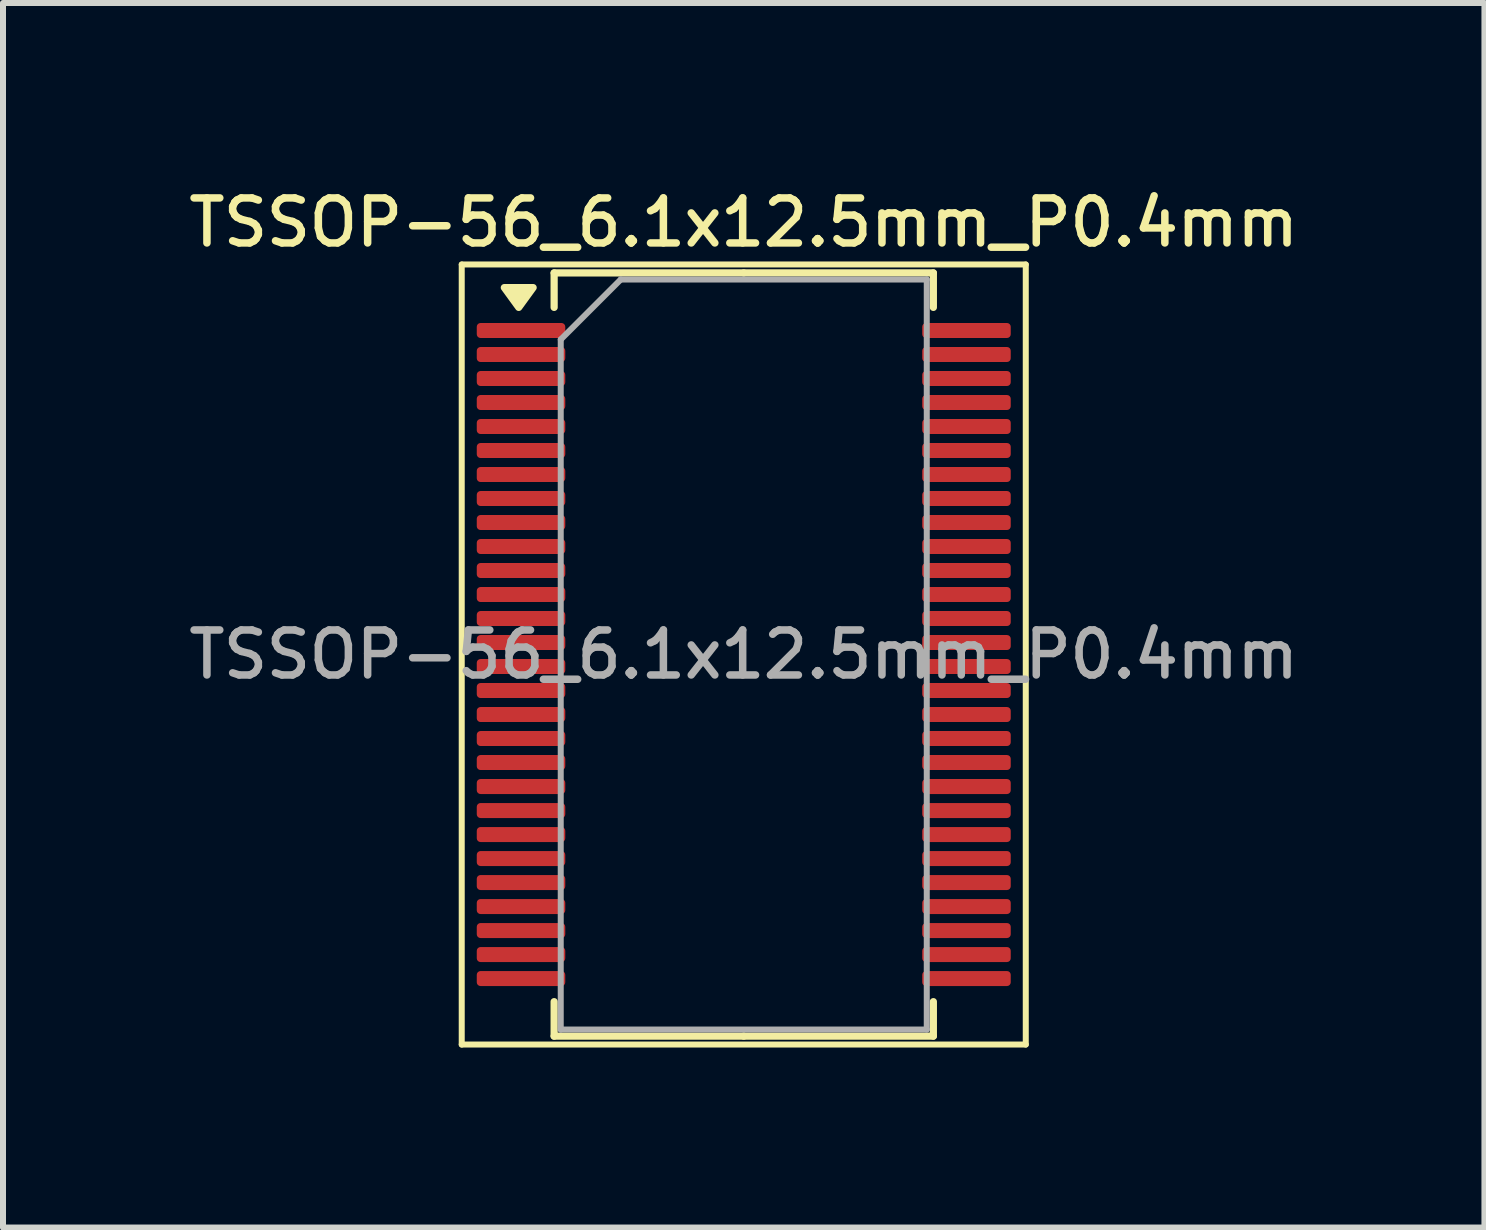
<source format=kicad_pcb>
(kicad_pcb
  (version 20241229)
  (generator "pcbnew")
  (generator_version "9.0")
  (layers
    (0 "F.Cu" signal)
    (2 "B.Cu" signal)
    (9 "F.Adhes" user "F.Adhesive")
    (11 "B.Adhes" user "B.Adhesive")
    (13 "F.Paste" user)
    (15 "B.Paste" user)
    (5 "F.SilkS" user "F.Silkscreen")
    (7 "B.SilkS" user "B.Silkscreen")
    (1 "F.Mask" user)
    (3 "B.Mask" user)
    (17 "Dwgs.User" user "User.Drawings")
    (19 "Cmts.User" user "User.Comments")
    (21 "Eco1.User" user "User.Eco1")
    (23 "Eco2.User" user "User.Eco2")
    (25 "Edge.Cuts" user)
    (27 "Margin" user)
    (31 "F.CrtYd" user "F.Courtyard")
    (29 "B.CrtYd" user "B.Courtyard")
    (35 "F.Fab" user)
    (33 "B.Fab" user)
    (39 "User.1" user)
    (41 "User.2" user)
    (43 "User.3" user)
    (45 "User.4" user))
  (footprint "TSSOP-56_6.1x12.5mm_P0.4mm"
    (layer "F.Cu")
    (at 9.345 7.858)
    (property "Reference" "TSSOP-56_6.1x12.5mm_P0.4mm" (at 0 -7.2 0) (layer "F.SilkS") (effects (font (size 0.75 0.75) (thickness 0.125))))
    (attr smd)
    (fp_line (start -4.7 -6.5) (end -4.7 6.5) (stroke (width 0.1) (type solid)) (layer "F.SilkS"))
    (fp_line (start -4.7 6.5) (end 4.7 6.5) (stroke (width 0.1) (type solid)) (layer "F.SilkS"))
    (fp_line (start -3.16 -6.36) (end -3.16 -5.785) (stroke (width 0.12) (type solid)) (layer "F.SilkS"))
    (fp_line (start -3.16 6.36) (end -3.16 5.785) (stroke (width 0.12) (type solid)) (layer "F.SilkS"))
    (fp_line (start 0 -6.36) (end -3.16 -6.36) (stroke (width 0.12) (type solid)) (layer "F.SilkS"))
    (fp_line (start 0 -6.36) (end 3.16 -6.36) (stroke (width 0.12) (type solid)) (layer "F.SilkS"))
    (fp_line (start 0 6.36) (end -3.16 6.36) (stroke (width 0.12) (type solid)) (layer "F.SilkS"))
    (fp_line (start 0 6.36) (end 3.16 6.36) (stroke (width 0.12) (type solid)) (layer "F.SilkS"))
    (fp_line (start 3.16 -6.36) (end 3.16 -5.785) (stroke (width 0.12) (type solid)) (layer "F.SilkS"))
    (fp_line (start 3.16 6.36) (end 3.16 5.785) (stroke (width 0.12) (type solid)) (layer "F.SilkS"))
    (fp_line (start 4.7 -6.5) (end -4.7 -6.5) (stroke (width 0.1) (type solid)) (layer "F.SilkS"))
    (fp_line (start 4.7 6.5) (end 4.7 -6.5) (stroke (width 0.1) (type solid)) (layer "F.SilkS"))
    (fp_poly (pts (xy -3.75 -5.785) (xy -3.99 -6.115) (xy -3.51 -6.115) (xy -3.75 -5.785)) (stroke (width 0.12) (type solid)) (fill yes) (layer "F.SilkS"))
    (fp_line (start -3.05 -5.25) (end -2.05 -6.25) (stroke (width 0.1) (type solid)) (layer "F.Fab"))
    (fp_line (start -3.05 6.25) (end -3.05 -5.25) (stroke (width 0.1) (type solid)) (layer "F.Fab"))
    (fp_line (start -2.05 -6.25) (end 3.05 -6.25) (stroke (width 0.1) (type solid)) (layer "F.Fab"))
    (fp_line (start 3.05 -6.25) (end 3.05 6.25) (stroke (width 0.1) (type solid)) (layer "F.Fab"))
    (fp_line (start 3.05 6.25) (end -3.05 6.25) (stroke (width 0.1) (type solid)) (layer "F.Fab"))
    (fp_text user "${REFERENCE}" (at 0 0 0) (layer "F.Fab") (effects (font (size 0.75 0.75) (thickness 0.125))))
    (pad "1" smd roundrect (at -3.712 -5.4) (size 1.475 0.25) (layers "F.Cu" "F.Mask" "F.Paste") (roundrect_rratio 0.25))
    (pad "2" smd roundrect (at -3.712 -5) (size 1.475 0.25) (layers "F.Cu" "F.Mask" "F.Paste") (roundrect_rratio 0.25))
    (pad "3" smd roundrect (at -3.712 -4.6) (size 1.475 0.25) (layers "F.Cu" "F.Mask" "F.Paste") (roundrect_rratio 0.25))
    (pad "4" smd roundrect (at -3.712 -4.2) (size 1.475 0.25) (layers "F.Cu" "F.Mask" "F.Paste") (roundrect_rratio 0.25))
    (pad "5" smd roundrect (at -3.712 -3.8) (size 1.475 0.25) (layers "F.Cu" "F.Mask" "F.Paste") (roundrect_rratio 0.25))
    (pad "6" smd roundrect (at -3.712 -3.4) (size 1.475 0.25) (layers "F.Cu" "F.Mask" "F.Paste") (roundrect_rratio 0.25))
    (pad "7" smd roundrect (at -3.712 -3) (size 1.475 0.25) (layers "F.Cu" "F.Mask" "F.Paste") (roundrect_rratio 0.25))
    (pad "8" smd roundrect (at -3.712 -2.6) (size 1.475 0.25) (layers "F.Cu" "F.Mask" "F.Paste") (roundrect_rratio 0.25))
    (pad "9" smd roundrect (at -3.712 -2.2) (size 1.475 0.25) (layers "F.Cu" "F.Mask" "F.Paste") (roundrect_rratio 0.25))
    (pad "10" smd roundrect (at -3.712 -1.8) (size 1.475 0.25) (layers "F.Cu" "F.Mask" "F.Paste") (roundrect_rratio 0.25))
    (pad "11" smd roundrect (at -3.712 -1.4) (size 1.475 0.25) (layers "F.Cu" "F.Mask" "F.Paste") (roundrect_rratio 0.25))
    (pad "12" smd roundrect (at -3.712 -1) (size 1.475 0.25) (layers "F.Cu" "F.Mask" "F.Paste") (roundrect_rratio 0.25))
    (pad "13" smd roundrect (at -3.712 -0.6) (size 1.475 0.25) (layers "F.Cu" "F.Mask" "F.Paste") (roundrect_rratio 0.25))
    (pad "14" smd roundrect (at -3.712 -0.2) (size 1.475 0.25) (layers "F.Cu" "F.Mask" "F.Paste") (roundrect_rratio 0.25))
    (pad "15" smd roundrect (at -3.712 0.2) (size 1.475 0.25) (layers "F.Cu" "F.Mask" "F.Paste") (roundrect_rratio 0.25))
    (pad "16" smd roundrect (at -3.712 0.6) (size 1.475 0.25) (layers "F.Cu" "F.Mask" "F.Paste") (roundrect_rratio 0.25))
    (pad "17" smd roundrect (at -3.712 1) (size 1.475 0.25) (layers "F.Cu" "F.Mask" "F.Paste") (roundrect_rratio 0.25))
    (pad "18" smd roundrect (at -3.712 1.4) (size 1.475 0.25) (layers "F.Cu" "F.Mask" "F.Paste") (roundrect_rratio 0.25))
    (pad "19" smd roundrect (at -3.712 1.8) (size 1.475 0.25) (layers "F.Cu" "F.Mask" "F.Paste") (roundrect_rratio 0.25))
    (pad "20" smd roundrect (at -3.712 2.2) (size 1.475 0.25) (layers "F.Cu" "F.Mask" "F.Paste") (roundrect_rratio 0.25))
    (pad "21" smd roundrect (at -3.712 2.6) (size 1.475 0.25) (layers "F.Cu" "F.Mask" "F.Paste") (roundrect_rratio 0.25))
    (pad "22" smd roundrect (at -3.712 3) (size 1.475 0.25) (layers "F.Cu" "F.Mask" "F.Paste") (roundrect_rratio 0.25))
    (pad "23" smd roundrect (at -3.712 3.4) (size 1.475 0.25) (layers "F.Cu" "F.Mask" "F.Paste") (roundrect_rratio 0.25))
    (pad "24" smd roundrect (at -3.712 3.8) (size 1.475 0.25) (layers "F.Cu" "F.Mask" "F.Paste") (roundrect_rratio 0.25))
    (pad "25" smd roundrect (at -3.712 4.2) (size 1.475 0.25) (layers "F.Cu" "F.Mask" "F.Paste") (roundrect_rratio 0.25))
    (pad "26" smd roundrect (at -3.712 4.6) (size 1.475 0.25) (layers "F.Cu" "F.Mask" "F.Paste") (roundrect_rratio 0.25))
    (pad "27" smd roundrect (at -3.712 5) (size 1.475 0.25) (layers "F.Cu" "F.Mask" "F.Paste") (roundrect_rratio 0.25))
    (pad "28" smd roundrect (at -3.712 5.4) (size 1.475 0.25) (layers "F.Cu" "F.Mask" "F.Paste") (roundrect_rratio 0.25))
    (pad "29" smd roundrect (at 3.712 5.4) (size 1.475 0.25) (layers "F.Cu" "F.Mask" "F.Paste") (roundrect_rratio 0.25))
    (pad "30" smd roundrect (at 3.712 5) (size 1.475 0.25) (layers "F.Cu" "F.Mask" "F.Paste") (roundrect_rratio 0.25))
    (pad "31" smd roundrect (at 3.712 4.6) (size 1.475 0.25) (layers "F.Cu" "F.Mask" "F.Paste") (roundrect_rratio 0.25))
    (pad "32" smd roundrect (at 3.712 4.2) (size 1.475 0.25) (layers "F.Cu" "F.Mask" "F.Paste") (roundrect_rratio 0.25))
    (pad "33" smd roundrect (at 3.712 3.8) (size 1.475 0.25) (layers "F.Cu" "F.Mask" "F.Paste") (roundrect_rratio 0.25))
    (pad "34" smd roundrect (at 3.712 3.4) (size 1.475 0.25) (layers "F.Cu" "F.Mask" "F.Paste") (roundrect_rratio 0.25))
    (pad "35" smd roundrect (at 3.712 3) (size 1.475 0.25) (layers "F.Cu" "F.Mask" "F.Paste") (roundrect_rratio 0.25))
    (pad "36" smd roundrect (at 3.712 2.6) (size 1.475 0.25) (layers "F.Cu" "F.Mask" "F.Paste") (roundrect_rratio 0.25))
    (pad "37" smd roundrect (at 3.712 2.2) (size 1.475 0.25) (layers "F.Cu" "F.Mask" "F.Paste") (roundrect_rratio 0.25))
    (pad "38" smd roundrect (at 3.712 1.8) (size 1.475 0.25) (layers "F.Cu" "F.Mask" "F.Paste") (roundrect_rratio 0.25))
    (pad "39" smd roundrect (at 3.712 1.4) (size 1.475 0.25) (layers "F.Cu" "F.Mask" "F.Paste") (roundrect_rratio 0.25))
    (pad "40" smd roundrect (at 3.712 1) (size 1.475 0.25) (layers "F.Cu" "F.Mask" "F.Paste") (roundrect_rratio 0.25))
    (pad "41" smd roundrect (at 3.712 0.6) (size 1.475 0.25) (layers "F.Cu" "F.Mask" "F.Paste") (roundrect_rratio 0.25))
    (pad "42" smd roundrect (at 3.712 0.2) (size 1.475 0.25) (layers "F.Cu" "F.Mask" "F.Paste") (roundrect_rratio 0.25))
    (pad "43" smd roundrect (at 3.712 -0.2) (size 1.475 0.25) (layers "F.Cu" "F.Mask" "F.Paste") (roundrect_rratio 0.25))
    (pad "44" smd roundrect (at 3.712 -0.6) (size 1.475 0.25) (layers "F.Cu" "F.Mask" "F.Paste") (roundrect_rratio 0.25))
    (pad "45" smd roundrect (at 3.712 -1) (size 1.475 0.25) (layers "F.Cu" "F.Mask" "F.Paste") (roundrect_rratio 0.25))
    (pad "46" smd roundrect (at 3.712 -1.4) (size 1.475 0.25) (layers "F.Cu" "F.Mask" "F.Paste") (roundrect_rratio 0.25))
    (pad "47" smd roundrect (at 3.712 -1.8) (size 1.475 0.25) (layers "F.Cu" "F.Mask" "F.Paste") (roundrect_rratio 0.25))
    (pad "48" smd roundrect (at 3.712 -2.2) (size 1.475 0.25) (layers "F.Cu" "F.Mask" "F.Paste") (roundrect_rratio 0.25))
    (pad "49" smd roundrect (at 3.712 -2.6) (size 1.475 0.25) (layers "F.Cu" "F.Mask" "F.Paste") (roundrect_rratio 0.25))
    (pad "50" smd roundrect (at 3.712 -3) (size 1.475 0.25) (layers "F.Cu" "F.Mask" "F.Paste") (roundrect_rratio 0.25))
    (pad "51" smd roundrect (at 3.712 -3.4) (size 1.475 0.25) (layers "F.Cu" "F.Mask" "F.Paste") (roundrect_rratio 0.25))
    (pad "52" smd roundrect (at 3.712 -3.8) (size 1.475 0.25) (layers "F.Cu" "F.Mask" "F.Paste") (roundrect_rratio 0.25))
    (pad "53" smd roundrect (at 3.712 -4.2) (size 1.475 0.25) (layers "F.Cu" "F.Mask" "F.Paste") (roundrect_rratio 0.25))
    (pad "54" smd roundrect (at 3.712 -4.6) (size 1.475 0.25) (layers "F.Cu" "F.Mask" "F.Paste") (roundrect_rratio 0.25))
    (pad "55" smd roundrect (at 3.712 -5) (size 1.475 0.25) (layers "F.Cu" "F.Mask" "F.Paste") (roundrect_rratio 0.25))
    (pad "56" smd roundrect (at 3.712 -5.4) (size 1.475 0.25) (layers "F.Cu" "F.Mask" "F.Paste") (roundrect_rratio 0.25)))
  (gr_rect
    (start -3 -3)
    (end 21.689 17.408)
    (stroke (width 0.1) (type default))
    (fill no)
    (layer "Edge.Cuts")))
</source>
